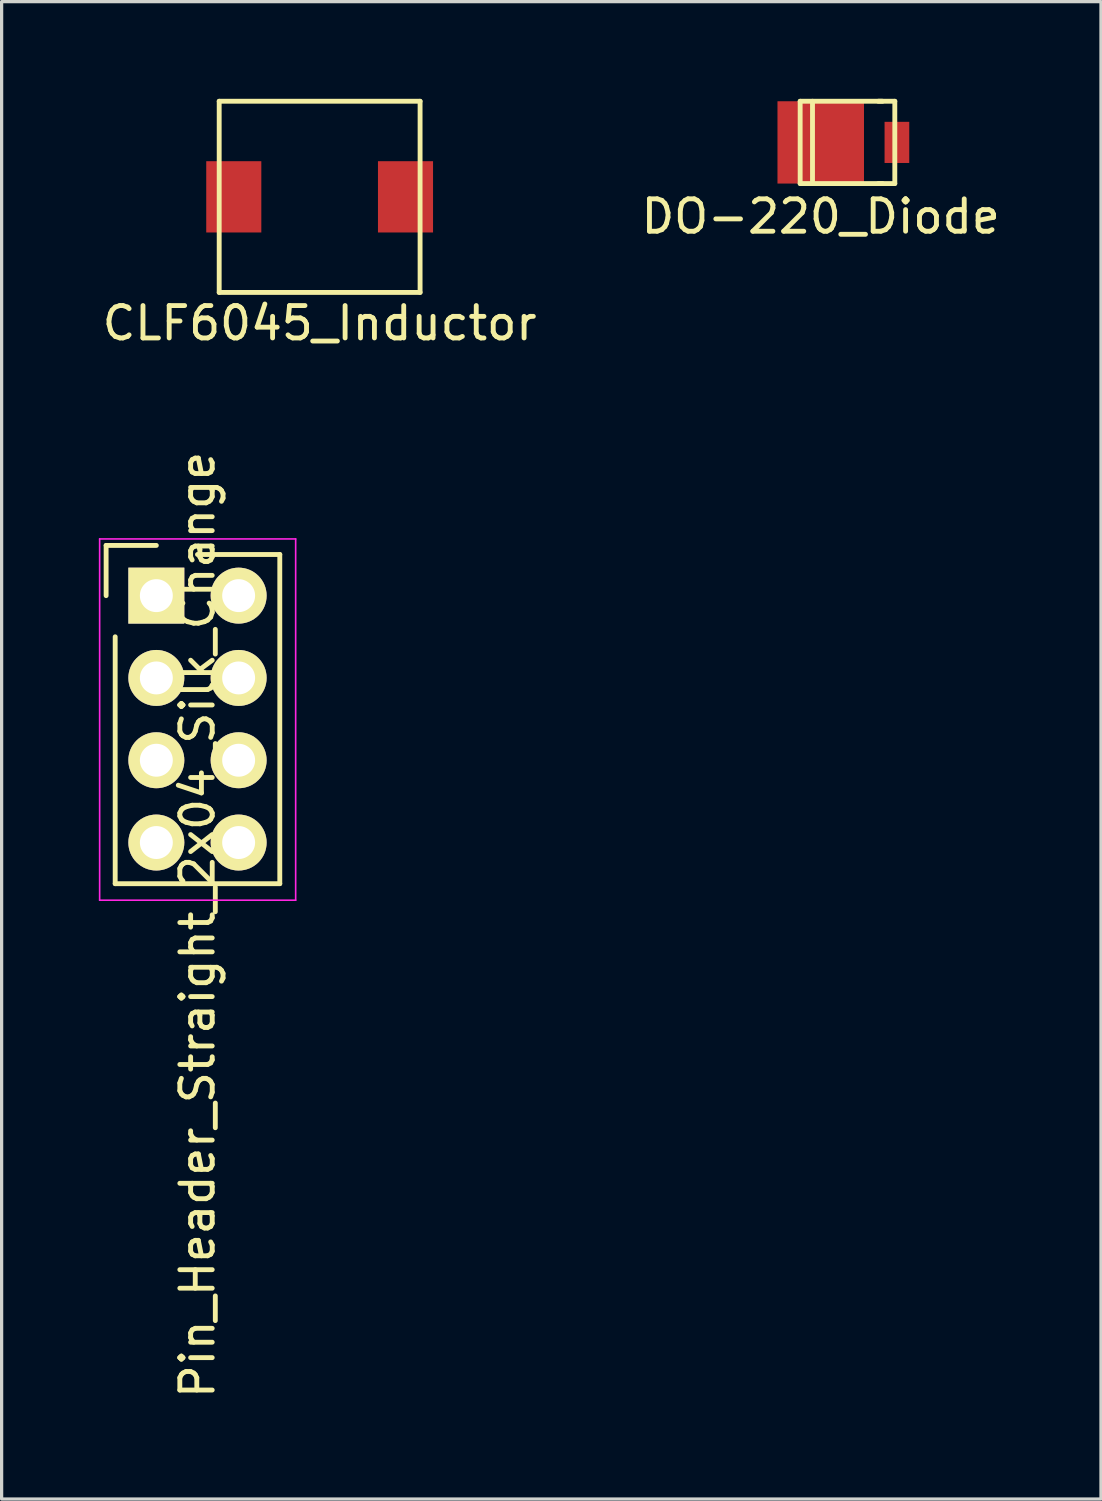
<source format=kicad_pcb>
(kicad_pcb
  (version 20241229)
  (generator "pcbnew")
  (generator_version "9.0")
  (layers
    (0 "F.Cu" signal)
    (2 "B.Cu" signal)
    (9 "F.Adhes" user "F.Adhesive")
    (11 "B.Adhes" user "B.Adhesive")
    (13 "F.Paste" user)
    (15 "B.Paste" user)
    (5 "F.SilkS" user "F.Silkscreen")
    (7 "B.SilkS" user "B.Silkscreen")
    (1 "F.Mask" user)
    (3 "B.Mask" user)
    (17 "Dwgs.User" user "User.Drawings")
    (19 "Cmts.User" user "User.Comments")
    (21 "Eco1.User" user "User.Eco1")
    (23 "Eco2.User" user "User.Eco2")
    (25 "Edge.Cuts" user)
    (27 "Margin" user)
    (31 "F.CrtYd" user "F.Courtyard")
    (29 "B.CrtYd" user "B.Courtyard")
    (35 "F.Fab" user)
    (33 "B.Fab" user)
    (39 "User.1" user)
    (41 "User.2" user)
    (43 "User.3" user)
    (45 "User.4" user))
  (footprint "Pin_Header_Straight_2x04_Silk_Change"
    (layer "F.Cu")
    (at 1.775 15.333)
    (property "Reference" "Pin_Header_Straight_2x04_Silk_Change" (at 1.27 10.16 90) (layer "F.SilkS") (effects (font (size 1 1) (thickness 0.15))))
    (attr through_hole)
    (fp_line (start -1.55 -1.55) (end -1.55 0) (stroke (width 0.15) (type solid)) (layer "F.SilkS"))
    (fp_line (start -1.27 1.27) (end -1.27 8.89) (stroke (width 0.15) (type solid)) (layer "F.SilkS"))
    (fp_line (start -1.27 8.89) (end 3.81 8.89) (stroke (width 0.15) (type solid)) (layer "F.SilkS"))
    (fp_line (start 0 -1.55) (end -1.55 -1.55) (stroke (width 0.15) (type solid)) (layer "F.SilkS"))
    (fp_line (start 3.81 -1.27) (end 1.27 -1.27) (stroke (width 0.15) (type solid)) (layer "F.SilkS"))
    (fp_line (start 3.81 8.89) (end 3.81 -1.27) (stroke (width 0.15) (type solid)) (layer "F.SilkS"))
    (fp_line (start -1.75 -1.75) (end -1.75 9.4) (stroke (width 0.05) (type solid)) (layer "F.CrtYd"))
    (fp_line (start -1.75 -1.75) (end 4.3 -1.75) (stroke (width 0.05) (type solid)) (layer "F.CrtYd"))
    (fp_line (start -1.75 9.4) (end 4.3 9.4) (stroke (width 0.05) (type solid)) (layer "F.CrtYd"))
    (fp_line (start 4.3 -1.75) (end 4.3 9.4) (stroke (width 0.05) (type solid)) (layer "F.CrtYd"))
    (pad "1" thru_hole rect (at 0 0) (size 1.727 1.727) (drill 1.016) (layers "*.Cu" "*.Mask" "F.SilkS"))
    (pad "2" thru_hole oval (at 2.54 0) (size 1.727 1.727) (drill 1.016) (layers "*.Cu" "*.Mask" "F.SilkS"))
    (pad "3" thru_hole oval (at 0 2.54) (size 1.727 1.727) (drill 1.016) (layers "*.Cu" "*.Mask" "F.SilkS"))
    (pad "4" thru_hole oval (at 2.54 2.54) (size 1.727 1.727) (drill 1.016) (layers "*.Cu" "*.Mask" "F.SilkS"))
    (pad "5" thru_hole oval (at 0 5.08) (size 1.727 1.727) (drill 1.016) (layers "*.Cu" "*.Mask" "F.SilkS"))
    (pad "6" thru_hole oval (at 2.54 5.08) (size 1.727 1.727) (drill 1.016) (layers "*.Cu" "*.Mask" "F.SilkS"))
    (pad "7" thru_hole oval (at 0 7.62) (size 1.727 1.727) (drill 1.016) (layers "*.Cu" "*.Mask" "F.SilkS"))
    (pad "8" thru_hole oval (at 2.54 7.62) (size 1.727 1.727) (drill 1.016) (layers "*.Cu" "*.Mask" "F.SilkS")))
  (footprint "DO-220_Diode"
    (layer "F.Cu")
    (at 22.28 1.345)
    (property "Reference" "DO-220_Diode" (at 0 2.286 0) (layer "F.SilkS") (effects (font (size 1 1) (thickness 0.15))))
    (attr through_hole)
    (fp_line (start -0.635 -1.27) (end -0.635 1.27) (stroke (width 0.15) (type solid)) (layer "F.SilkS"))
    (fp_line (start -0.635 -1.27) (end 1.905 -1.27) (stroke (width 0.15) (type solid)) (layer "F.SilkS"))
    (fp_line (start -0.635 1.27) (end 1.905 1.27) (stroke (width 0.15) (type solid)) (layer "F.SilkS"))
    (fp_line (start -0.254 -1.27) (end -0.254 1.27) (stroke (width 0.15) (type solid)) (layer "F.SilkS"))
    (fp_line (start 1.778 -1.27) (end 2.286 -1.27) (stroke (width 0.15) (type solid)) (layer "F.SilkS"))
    (fp_line (start 2.286 -1.27) (end 2.286 1.27) (stroke (width 0.15) (type solid)) (layer "F.SilkS"))
    (fp_line (start 2.286 1.27) (end 1.778 1.27) (stroke (width 0.15) (type solid)) (layer "F.SilkS"))
    (pad "1" smd rect (at 0 0) (size 2.67 2.54) (layers "F.Cu" "F.Mask" "F.Paste"))
    (pad "2" smd rect (at 2.351 0) (size 0.762 1.27) (layers "F.Cu" "F.Mask" "F.Paste")))
  (footprint "CLF6045_Inductor"
    (layer "F.Cu")
    (at 6.815 3.025)
    (property "Reference" "CLF6045_Inductor" (at 0 3.9 0) (layer "F.SilkS") (effects (font (size 1 1) (thickness 0.15))))
    (attr through_hole)
    (fp_line (start -3.1 -2.95) (end 3.1 -2.95) (stroke (width 0.15) (type solid)) (layer "F.SilkS"))
    (fp_line (start -3.1 2.95) (end -3.1 -2.95) (stroke (width 0.15) (type solid)) (layer "F.SilkS"))
    (fp_line (start -3.1 2.95) (end 3.1 2.95) (stroke (width 0.15) (type solid)) (layer "F.SilkS"))
    (fp_line (start 3.1 -2.95) (end 3.1 2.95) (stroke (width 0.15) (type solid)) (layer "F.SilkS"))
    (pad "1" smd rect (at -2.65 0) (size 1.7 2.2) (layers "F.Cu" "F.Mask" "F.Paste"))
    (pad "2" smd rect (at 2.65 0) (size 1.7 2.2) (layers "F.Cu" "F.Mask" "F.Paste")))
  (gr_rect
    (start -3 -3)
    (end 30.929 43.214)
    (stroke (width 0.1) (type default))
    (fill no)
    (layer "Edge.Cuts")))
</source>
